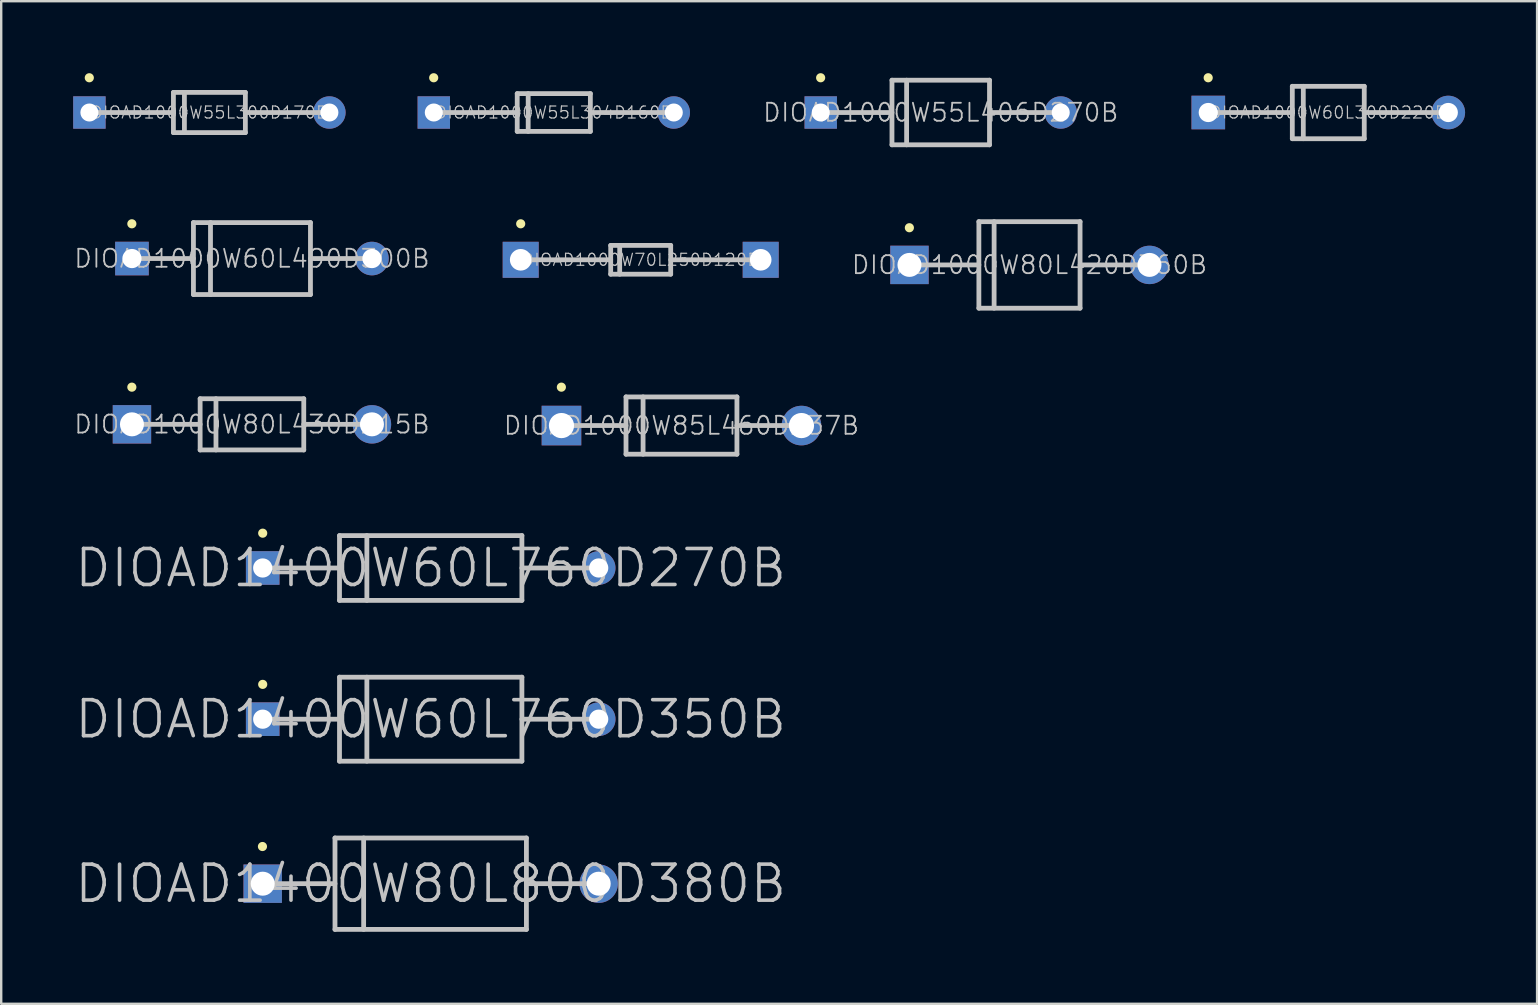
<source format=kicad_pcb>
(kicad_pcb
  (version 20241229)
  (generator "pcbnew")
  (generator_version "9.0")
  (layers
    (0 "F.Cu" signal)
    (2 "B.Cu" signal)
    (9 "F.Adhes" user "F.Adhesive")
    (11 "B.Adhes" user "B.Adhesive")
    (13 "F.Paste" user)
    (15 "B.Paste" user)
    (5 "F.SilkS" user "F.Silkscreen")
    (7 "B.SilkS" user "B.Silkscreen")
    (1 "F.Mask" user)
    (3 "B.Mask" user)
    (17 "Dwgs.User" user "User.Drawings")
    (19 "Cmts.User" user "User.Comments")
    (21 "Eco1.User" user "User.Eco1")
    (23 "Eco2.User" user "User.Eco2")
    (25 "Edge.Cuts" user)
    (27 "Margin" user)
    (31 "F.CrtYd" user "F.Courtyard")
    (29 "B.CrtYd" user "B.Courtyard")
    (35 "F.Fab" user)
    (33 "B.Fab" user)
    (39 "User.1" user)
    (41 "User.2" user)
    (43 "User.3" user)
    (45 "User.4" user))
  (footprint "DIOAD1000W60L490D300B"
    (layer "F.Cu")
    (at 7.448 7.723)
    (property "Reference" "DIOAD1000W60L490D300B" (at 0 0 0) (layer "Dwgs.User") (effects (font (size 0.75 0.75) (thickness 0.075))))
    (attr through_hole)
    (fp_line (start -5.004 -1.448) (end -5.004 -1.448) (stroke (width 0.381) (type solid)) (layer "F.SilkS"))
    (fp_line (start -5.004 0) (end -2.438 0) (stroke (width 0.2) (type solid)) (layer "Dwgs.User"))
    (fp_line (start -2.438 -1.499) (end -2.438 1.499) (stroke (width 0.2) (type solid)) (layer "Dwgs.User"))
    (fp_line (start -2.438 -1.499) (end 2.438 -1.499) (stroke (width 0.2) (type solid)) (layer "Dwgs.User"))
    (fp_line (start -2.438 1.499) (end 2.438 1.499) (stroke (width 0.2) (type solid)) (layer "Dwgs.User"))
    (fp_line (start -1.727 -1.499) (end -1.727 1.499) (stroke (width 0.2) (type solid)) (layer "Dwgs.User"))
    (fp_line (start 2.438 -1.499) (end 2.438 1.499) (stroke (width 0.2) (type solid)) (layer "Dwgs.User"))
    (fp_line (start 5.004 0) (end 2.438 0) (stroke (width 0.2) (type solid)) (layer "Dwgs.User"))
    (pad "1" thru_hole rect (at -5 0) (size 1.4 1.4) (drill 0.8) (layers "*.Cu" "*.Mask"))
    (pad "2" thru_hole circle (at 5 0) (size 1.4 1.4) (drill 0.8) (layers "*.Cu" "*.Mask")))
  (footprint "DIOAD1400W60L760D270B"
    (layer "F.Cu")
    (at 14.896 20.616)
    (property "Reference" "DIOAD1400W60L760D270B" (at 0 0 0) (layer "Dwgs.User") (effects (font (size 1.5 1.5) (thickness 0.15))))
    (attr through_hole)
    (fp_line (start -7 -1.45) (end -7 -1.45) (stroke (width 0.381) (type solid)) (layer "F.SilkS"))
    (fp_line (start -7 0) (end -3.8 0) (stroke (width 0.2) (type solid)) (layer "Dwgs.User"))
    (fp_line (start -3.8 -1.35) (end -3.8 1.35) (stroke (width 0.2) (type solid)) (layer "Dwgs.User"))
    (fp_line (start -3.8 -1.35) (end 3.8 -1.35) (stroke (width 0.2) (type solid)) (layer "Dwgs.User"))
    (fp_line (start -3.8 1.35) (end 3.8 1.35) (stroke (width 0.2) (type solid)) (layer "Dwgs.User"))
    (fp_line (start -2.66 -1.35) (end -2.66 1.35) (stroke (width 0.2) (type solid)) (layer "Dwgs.User"))
    (fp_line (start 3.8 -1.35) (end 3.8 1.35) (stroke (width 0.2) (type solid)) (layer "Dwgs.User"))
    (fp_line (start 7 0) (end 3.8 0) (stroke (width 0.2) (type solid)) (layer "Dwgs.User"))
    (pad "1" thru_hole rect (at -7 0) (size 1.4 1.4) (drill 0.8) (layers "*.Cu" "*.Mask"))
    (pad "2" thru_hole circle (at 7 0) (size 1.4 1.4) (drill 0.8) (layers "*.Cu" "*.Mask")))
  (footprint "DIOAD1000W55L304D160B"
    (layer "F.Cu")
    (at 20.025 1.638)
    (property "Reference" "DIOAD1000W55L304D160B" (at 0 0 0) (layer "Dwgs.User") (effects (font (size 0.5 0.5) (thickness 0.05))))
    (attr through_hole)
    (fp_line (start -5.004 -1.448) (end -5.004 -1.448) (stroke (width 0.381) (type solid)) (layer "F.SilkS"))
    (fp_line (start -5.004 0) (end -1.524 0) (stroke (width 0.2) (type solid)) (layer "Dwgs.User"))
    (fp_line (start -1.524 -0.787) (end -1.524 0.787) (stroke (width 0.2) (type solid)) (layer "Dwgs.User"))
    (fp_line (start -1.524 -0.787) (end 1.524 -0.787) (stroke (width 0.2) (type solid)) (layer "Dwgs.User"))
    (fp_line (start -1.524 0.787) (end 1.524 0.787) (stroke (width 0.2) (type solid)) (layer "Dwgs.User"))
    (fp_line (start -1.067 -0.787) (end -1.067 0.787) (stroke (width 0.2) (type solid)) (layer "Dwgs.User"))
    (fp_line (start 1.524 -0.787) (end 1.524 0.787) (stroke (width 0.2) (type solid)) (layer "Dwgs.User"))
    (fp_line (start 5.004 0) (end 1.524 0) (stroke (width 0.2) (type solid)) (layer "Dwgs.User"))
    (pad "1" thru_hole rect (at -5 0) (size 1.35 1.35) (drill 0.75) (layers "*.Cu" "*.Mask"))
    (pad "2" thru_hole circle (at 5 0) (size 1.35 1.35) (drill 0.75) (layers "*.Cu" "*.Mask")))
  (footprint "DIOAD1000W55L300D170B"
    (layer "F.Cu")
    (at 5.675 1.638)
    (property "Reference" "DIOAD1000W55L300D170B" (at 0 0 0) (layer "Dwgs.User") (effects (font (size 0.5 0.5) (thickness 0.05))))
    (attr through_hole)
    (fp_line (start -5.004 -1.448) (end -5.004 -1.448) (stroke (width 0.381) (type solid)) (layer "F.SilkS"))
    (fp_line (start -5.004 0) (end -1.499 0) (stroke (width 0.2) (type solid)) (layer "Dwgs.User"))
    (fp_line (start -1.499 -0.838) (end -1.499 0.838) (stroke (width 0.2) (type solid)) (layer "Dwgs.User"))
    (fp_line (start -1.499 -0.838) (end 1.499 -0.838) (stroke (width 0.2) (type solid)) (layer "Dwgs.User"))
    (fp_line (start -1.499 0.838) (end 1.499 0.838) (stroke (width 0.2) (type solid)) (layer "Dwgs.User"))
    (fp_line (start -1.041 -0.838) (end -1.041 0.838) (stroke (width 0.2) (type solid)) (layer "Dwgs.User"))
    (fp_line (start 1.499 -0.838) (end 1.499 0.838) (stroke (width 0.2) (type solid)) (layer "Dwgs.User"))
    (fp_line (start 5.004 0) (end 1.499 0) (stroke (width 0.2) (type solid)) (layer "Dwgs.User"))
    (pad "1" thru_hole rect (at -5 0) (size 1.35 1.35) (drill 0.75) (layers "*.Cu" "*.Mask"))
    (pad "2" thru_hole circle (at 5 0) (size 1.35 1.35) (drill 0.75) (layers "*.Cu" "*.Mask")))
  (footprint "DIOAD1000W85L460D237B"
    (layer "F.Cu")
    (at 25.345 14.682)
    (property "Reference" "DIOAD1000W85L460D237B" (at 0 0 0) (layer "Dwgs.User") (effects (font (size 0.75 0.75) (thickness 0.075))))
    (attr through_hole)
    (fp_line (start -5.004 -1.6) (end -5.004 -1.6) (stroke (width 0.381) (type solid)) (layer "F.SilkS"))
    (fp_line (start -5.004 0) (end -2.311 0) (stroke (width 0.2) (type solid)) (layer "Dwgs.User"))
    (fp_line (start -2.311 -1.194) (end -2.311 1.194) (stroke (width 0.2) (type solid)) (layer "Dwgs.User"))
    (fp_line (start -2.311 -1.194) (end 2.311 -1.194) (stroke (width 0.2) (type solid)) (layer "Dwgs.User"))
    (fp_line (start -2.311 1.194) (end 2.311 1.194) (stroke (width 0.2) (type solid)) (layer "Dwgs.User"))
    (fp_line (start -1.6 -1.194) (end -1.6 1.194) (stroke (width 0.2) (type solid)) (layer "Dwgs.User"))
    (fp_line (start 2.311 -1.194) (end 2.311 1.194) (stroke (width 0.2) (type solid)) (layer "Dwgs.User"))
    (fp_line (start 5.004 0) (end 2.311 0) (stroke (width 0.2) (type solid)) (layer "Dwgs.User"))
    (pad "1" thru_hole rect (at -5 0) (size 1.65 1.65) (drill 1.05) (layers "*.Cu" "*.Mask"))
    (pad "2" thru_hole circle (at 5 0) (size 1.65 1.65) (drill 1.05) (layers "*.Cu" "*.Mask")))
  (footprint "DIOAD1000W55L406D270B"
    (layer "F.Cu")
    (at 36.148 1.638)
    (property "Reference" "DIOAD1000W55L406D270B" (at 0 0 0) (layer "Dwgs.User") (effects (font (size 0.75 0.75) (thickness 0.075))))
    (attr through_hole)
    (fp_line (start -5.004 -1.448) (end -5.004 -1.448) (stroke (width 0.381) (type solid)) (layer "F.SilkS"))
    (fp_line (start -5.004 0) (end -2.032 0) (stroke (width 0.2) (type solid)) (layer "Dwgs.User"))
    (fp_line (start -2.032 -1.346) (end -2.032 1.346) (stroke (width 0.2) (type solid)) (layer "Dwgs.User"))
    (fp_line (start -2.032 -1.346) (end 2.032 -1.346) (stroke (width 0.2) (type solid)) (layer "Dwgs.User"))
    (fp_line (start -2.032 1.346) (end 2.032 1.346) (stroke (width 0.2) (type solid)) (layer "Dwgs.User"))
    (fp_line (start -1.422 -1.346) (end -1.422 1.346) (stroke (width 0.2) (type solid)) (layer "Dwgs.User"))
    (fp_line (start 2.032 -1.346) (end 2.032 1.346) (stroke (width 0.2) (type solid)) (layer "Dwgs.User"))
    (fp_line (start 5.004 0) (end 2.032 0) (stroke (width 0.2) (type solid)) (layer "Dwgs.User"))
    (pad "1" thru_hole rect (at -5 0) (size 1.35 1.35) (drill 0.75) (layers "*.Cu" "*.Mask"))
    (pad "2" thru_hole circle (at 5 0) (size 1.35 1.35) (drill 0.75) (layers "*.Cu" "*.Mask")))
  (footprint "DIOAD1400W80L800D380B"
    (layer "F.Cu")
    (at 14.896 33.771)
    (property "Reference" "DIOAD1400W80L800D380B" (at 0 0 0) (layer "Dwgs.User") (effects (font (size 1.5 1.5) (thickness 0.15))))
    (attr through_hole)
    (fp_line (start -7.01 -1.549) (end -7.01 -1.549) (stroke (width 0.381) (type solid)) (layer "F.SilkS"))
    (fp_line (start -7.01 0) (end -3.988 0) (stroke (width 0.2) (type solid)) (layer "Dwgs.User"))
    (fp_line (start -3.988 -1.905) (end -3.988 1.905) (stroke (width 0.2) (type solid)) (layer "Dwgs.User"))
    (fp_line (start -3.988 -1.905) (end 3.988 -1.905) (stroke (width 0.2) (type solid)) (layer "Dwgs.User"))
    (fp_line (start -3.988 1.905) (end 3.988 1.905) (stroke (width 0.2) (type solid)) (layer "Dwgs.User"))
    (fp_line (start -2.794 -1.905) (end -2.794 1.905) (stroke (width 0.2) (type solid)) (layer "Dwgs.User"))
    (fp_line (start 3.988 -1.905) (end 3.988 1.905) (stroke (width 0.2) (type solid)) (layer "Dwgs.User"))
    (fp_line (start 7.01 0) (end 3.988 0) (stroke (width 0.2) (type solid)) (layer "Dwgs.User"))
    (pad "1" thru_hole rect (at -7 0) (size 1.6 1.6) (drill 1) (layers "*.Cu" "*.Mask"))
    (pad "2" thru_hole circle (at 7 0) (size 1.6 1.6) (drill 1) (layers "*.Cu" "*.Mask")))
  (footprint "DIOAD1400W60L760D350B"
    (layer "F.Cu")
    (at 14.896 26.916)
    (property "Reference" "DIOAD1400W60L760D350B" (at 0 0 0) (layer "Dwgs.User") (effects (font (size 1.5 1.5) (thickness 0.15))))
    (attr through_hole)
    (fp_line (start -7 -1.45) (end -7 -1.45) (stroke (width 0.381) (type solid)) (layer "F.SilkS"))
    (fp_line (start -7 0) (end -3.8 0) (stroke (width 0.2) (type solid)) (layer "Dwgs.User"))
    (fp_line (start -3.8 -1.75) (end -3.8 1.75) (stroke (width 0.2) (type solid)) (layer "Dwgs.User"))
    (fp_line (start -3.8 -1.75) (end 3.8 -1.75) (stroke (width 0.2) (type solid)) (layer "Dwgs.User"))
    (fp_line (start -3.8 1.75) (end 3.8 1.75) (stroke (width 0.2) (type solid)) (layer "Dwgs.User"))
    (fp_line (start -2.66 -1.75) (end -2.66 1.75) (stroke (width 0.2) (type solid)) (layer "Dwgs.User"))
    (fp_line (start 3.8 -1.75) (end 3.8 1.75) (stroke (width 0.2) (type solid)) (layer "Dwgs.User"))
    (fp_line (start 7 0) (end 3.8 0) (stroke (width 0.2) (type solid)) (layer "Dwgs.User"))
    (pad "1" thru_hole rect (at -7 0) (size 1.4 1.4) (drill 0.8) (layers "*.Cu" "*.Mask"))
    (pad "2" thru_hole circle (at 7 0) (size 1.4 1.4) (drill 0.8) (layers "*.Cu" "*.Mask")))
  (footprint "DIOAD1000W80L430D215B"
    (layer "F.Cu")
    (at 7.448 14.631)
    (property "Reference" "DIOAD1000W80L430D215B" (at 0 0 0) (layer "Dwgs.User") (effects (font (size 0.75 0.75) (thickness 0.075))))
    (attr through_hole)
    (fp_line (start -5.004 -1.549) (end -5.004 -1.549) (stroke (width 0.381) (type solid)) (layer "F.SilkS"))
    (fp_line (start -5.004 0) (end -2.159 0) (stroke (width 0.2) (type solid)) (layer "Dwgs.User"))
    (fp_line (start -2.159 -1.067) (end -2.159 1.067) (stroke (width 0.2) (type solid)) (layer "Dwgs.User"))
    (fp_line (start -2.159 -1.067) (end 2.159 -1.067) (stroke (width 0.2) (type solid)) (layer "Dwgs.User"))
    (fp_line (start -2.159 1.067) (end 2.159 1.067) (stroke (width 0.2) (type solid)) (layer "Dwgs.User"))
    (fp_line (start -1.499 -1.067) (end -1.499 1.067) (stroke (width 0.2) (type solid)) (layer "Dwgs.User"))
    (fp_line (start 2.159 -1.067) (end 2.159 1.067) (stroke (width 0.2) (type solid)) (layer "Dwgs.User"))
    (fp_line (start 5.004 0) (end 2.159 0) (stroke (width 0.2) (type solid)) (layer "Dwgs.User"))
    (pad "1" thru_hole rect (at -5 0) (size 1.6 1.6) (drill 1) (layers "*.Cu" "*.Mask"))
    (pad "2" thru_hole circle (at 5 0) (size 1.6 1.6) (drill 1) (layers "*.Cu" "*.Mask")))
  (footprint "DIOAD1000W70L250D120B"
    (layer "F.Cu")
    (at 23.646 7.775)
    (property "Reference" "DIOAD1000W70L250D120B" (at 0 0 0) (layer "Dwgs.User") (effects (font (size 0.5 0.5) (thickness 0.05))))
    (attr through_hole)
    (fp_line (start -5 -1.5) (end -5 -1.5) (stroke (width 0.381) (type solid)) (layer "F.SilkS"))
    (fp_line (start -5 0) (end -1.25 0) (stroke (width 0.2) (type solid)) (layer "Dwgs.User"))
    (fp_line (start -1.25 -0.6) (end -1.25 0.6) (stroke (width 0.2) (type solid)) (layer "Dwgs.User"))
    (fp_line (start -1.25 -0.6) (end 1.25 -0.6) (stroke (width 0.2) (type solid)) (layer "Dwgs.User"))
    (fp_line (start -1.25 0.6) (end 1.25 0.6) (stroke (width 0.2) (type solid)) (layer "Dwgs.User"))
    (fp_line (start -0.875 -0.6) (end -0.875 0.6) (stroke (width 0.2) (type solid)) (layer "Dwgs.User"))
    (fp_line (start 1.25 -0.6) (end 1.25 0.6) (stroke (width 0.2) (type solid)) (layer "Dwgs.User"))
    (fp_line (start 5 0) (end 1.25 0) (stroke (width 0.2) (type solid)) (layer "Dwgs.User"))
    (pad "1" thru_hole rect (at -5 0) (size 1.5 1.5) (drill 0.9) (layers "*.Cu" "*.Mask"))
    (pad "2" thru_hole rect (at 5 0) (size 1.5 1.5) (drill 0.9) (layers "*.Cu" "*.Mask")))
  (footprint "DIOAD1000W60L300D220B"
    (layer "F.Cu")
    (at 52.296 1.638)
    (property "Reference" "DIOAD1000W60L300D220B" (at 0 0 0) (layer "Dwgs.User") (effects (font (size 0.5 0.5) (thickness 0.05))))
    (attr through_hole)
    (fp_line (start -5.004 -1.448) (end -5.004 -1.448) (stroke (width 0.381) (type solid)) (layer "F.SilkS"))
    (fp_line (start -5.004 0) (end -1.499 0) (stroke (width 0.2) (type solid)) (layer "Dwgs.User"))
    (fp_line (start -1.499 -1.092) (end -1.499 1.092) (stroke (width 0.2) (type solid)) (layer "Dwgs.User"))
    (fp_line (start -1.499 -1.092) (end 1.499 -1.092) (stroke (width 0.2) (type solid)) (layer "Dwgs.User"))
    (fp_line (start -1.499 1.092) (end 1.499 1.092) (stroke (width 0.2) (type solid)) (layer "Dwgs.User"))
    (fp_line (start -1.041 -1.092) (end -1.041 1.092) (stroke (width 0.2) (type solid)) (layer "Dwgs.User"))
    (fp_line (start 1.499 -1.092) (end 1.499 1.092) (stroke (width 0.2) (type solid)) (layer "Dwgs.User"))
    (fp_line (start 5.004 0) (end 1.499 0) (stroke (width 0.2) (type solid)) (layer "Dwgs.User"))
    (pad "1" thru_hole rect (at -5 0) (size 1.4 1.4) (drill 0.8) (layers "*.Cu" "*.Mask"))
    (pad "2" thru_hole circle (at 5 0) (size 1.4 1.4) (drill 0.8) (layers "*.Cu" "*.Mask")))
  (footprint "DIOAD1000W80L420D360B"
    (layer "F.Cu")
    (at 39.845 7.988)
    (property "Reference" "DIOAD1000W80L420D360B" (at 0 0 0) (layer "Dwgs.User") (effects (font (size 0.75 0.75) (thickness 0.075))))
    (attr through_hole)
    (fp_line (start -5.004 -1.549) (end -5.004 -1.549) (stroke (width 0.381) (type solid)) (layer "F.SilkS"))
    (fp_line (start -5.004 0) (end -2.108 0) (stroke (width 0.2) (type solid)) (layer "Dwgs.User"))
    (fp_line (start -2.108 -1.803) (end -2.108 1.803) (stroke (width 0.2) (type solid)) (layer "Dwgs.User"))
    (fp_line (start -2.108 -1.803) (end 2.108 -1.803) (stroke (width 0.2) (type solid)) (layer "Dwgs.User"))
    (fp_line (start -2.108 1.803) (end 2.108 1.803) (stroke (width 0.2) (type solid)) (layer "Dwgs.User"))
    (fp_line (start -1.473 -1.803) (end -1.473 1.803) (stroke (width 0.2) (type solid)) (layer "Dwgs.User"))
    (fp_line (start 2.108 -1.803) (end 2.108 1.803) (stroke (width 0.2) (type solid)) (layer "Dwgs.User"))
    (fp_line (start 5.004 0) (end 2.108 0) (stroke (width 0.2) (type solid)) (layer "Dwgs.User"))
    (pad "1" thru_hole rect (at -5 0) (size 1.6 1.6) (drill 1) (layers "*.Cu" "*.Mask"))
    (pad "2" thru_hole circle (at 5 0) (size 1.6 1.6) (drill 1) (layers "*.Cu" "*.Mask")))
  (gr_rect
    (start -3 -3)
    (end 60.996 38.776)
    (stroke (width 0.1) (type default))
    (fill no)
    (layer "Edge.Cuts")))
</source>
